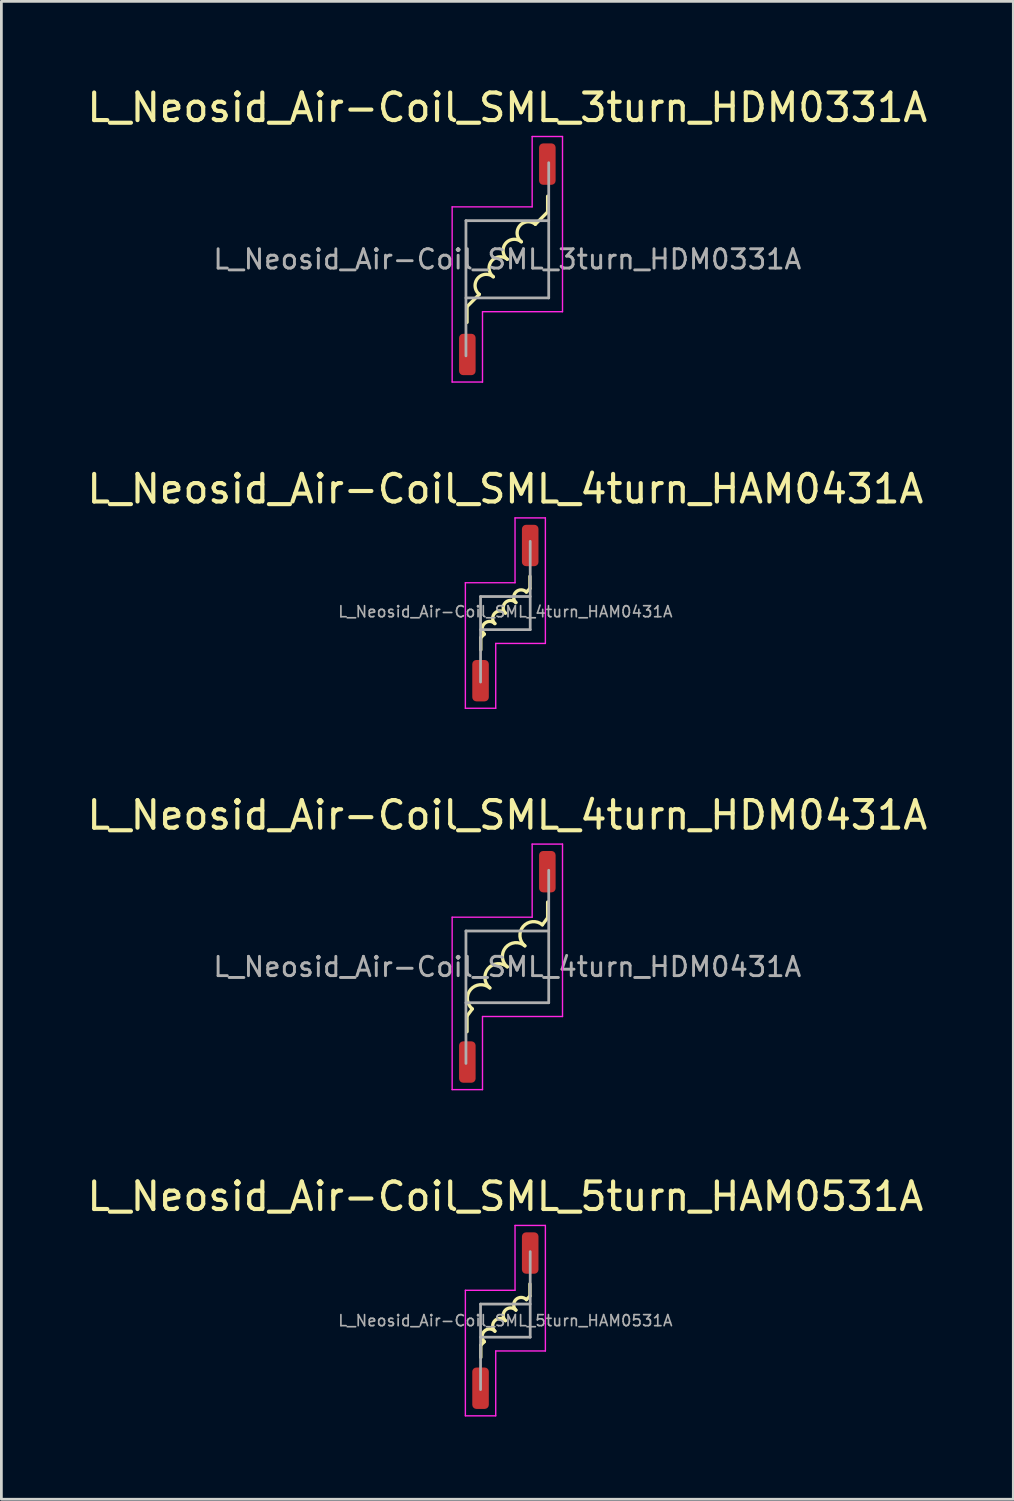
<source format=kicad_pcb>
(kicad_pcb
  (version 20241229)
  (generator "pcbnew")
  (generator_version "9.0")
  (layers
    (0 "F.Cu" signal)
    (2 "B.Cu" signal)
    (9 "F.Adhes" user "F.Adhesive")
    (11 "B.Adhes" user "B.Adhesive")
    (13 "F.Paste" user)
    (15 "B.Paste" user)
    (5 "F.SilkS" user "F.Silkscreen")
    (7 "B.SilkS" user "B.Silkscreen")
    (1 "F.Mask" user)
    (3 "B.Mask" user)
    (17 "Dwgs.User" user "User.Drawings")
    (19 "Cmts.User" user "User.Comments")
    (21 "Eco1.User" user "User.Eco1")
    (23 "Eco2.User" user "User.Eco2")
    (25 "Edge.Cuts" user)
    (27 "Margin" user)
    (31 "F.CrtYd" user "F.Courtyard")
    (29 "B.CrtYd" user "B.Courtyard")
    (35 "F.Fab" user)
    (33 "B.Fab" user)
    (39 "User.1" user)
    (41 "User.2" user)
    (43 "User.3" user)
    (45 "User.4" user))
  (footprint "L_Neosid_Air-Coil_SML_3turn_HDM0331A"
    (layer "F.Cu")
    (at 15.339 6.348)
    (property "Reference" "L_Neosid_Air-Coil_SML_3turn_HDM0331A" (at 0 -5.5 0) (layer "F.SilkS") (effects (font (size 1 1) (thickness 0.15))))
    (attr smd)
    (fp_line (start -1.46 1.714) (end -1.016 1.27) (stroke (width 0.12) (type solid)) (layer "F.SilkS"))
    (fp_line (start -1.46 2.286) (end -1.46 1.714) (stroke (width 0.12) (type solid)) (layer "F.SilkS"))
    (fp_line (start 1.016 -1.27) (end 1.46 -1.714) (stroke (width 0.12) (type solid)) (layer "F.SilkS"))
    (fp_line (start 1.46 -1.714) (end 1.46 -2.286) (stroke (width 0.12) (type solid)) (layer "F.SilkS"))
    (fp_arc (start -1.015998 1.269998) (mid -1.079498 0.6985) (end -0.508 0.635) (stroke (width 0.12) (type solid)) (layer "F.SilkS"))
    (fp_arc (start -0.507998 0.634998) (mid -0.571498 0.0635) (end 0 0) (stroke (width 0.12) (type solid)) (layer "F.SilkS"))
    (fp_arc (start 0.000002 -0.000002) (mid -0.063498 -0.5715) (end 0.508 -0.635) (stroke (width 0.12) (type solid)) (layer "F.SilkS"))
    (fp_arc (start 0.508002 -0.635002) (mid 0.444502 -1.2065) (end 1.016 -1.27) (stroke (width 0.12) (type solid)) (layer "F.SilkS"))
    (fp_line (start -2 -1.9) (end -2 4.45) (stroke (width 0.05) (type solid)) (layer "F.CrtYd"))
    (fp_line (start -2 4.45) (end -0.9 4.45) (stroke (width 0.05) (type solid)) (layer "F.CrtYd"))
    (fp_line (start -0.9 1.9) (end 2 1.9) (stroke (width 0.05) (type solid)) (layer "F.CrtYd"))
    (fp_line (start -0.9 4.45) (end -0.9 1.9) (stroke (width 0.05) (type solid)) (layer "F.CrtYd"))
    (fp_line (start 0.9 -4.45) (end 0.9 -1.9) (stroke (width 0.05) (type solid)) (layer "F.CrtYd"))
    (fp_line (start 0.9 -1.9) (end -2 -1.9) (stroke (width 0.05) (type solid)) (layer "F.CrtYd"))
    (fp_line (start 2 -4.45) (end 0.9 -4.45) (stroke (width 0.05) (type solid)) (layer "F.CrtYd"))
    (fp_line (start 2 1.9) (end 2 -4.45) (stroke (width 0.05) (type solid)) (layer "F.CrtYd"))
    (fp_line (start -1.5 -1.4) (end 1.5 -1.4) (stroke (width 0.1) (type solid)) (layer "F.Fab"))
    (fp_line (start -1.5 3.5) (end -1.5 -1.4) (stroke (width 0.1) (type solid)) (layer "F.Fab"))
    (fp_line (start 1.5 1.4) (end -1.5 1.4) (stroke (width 0.1) (type solid)) (layer "F.Fab"))
    (fp_line (start 1.5 1.4) (end 1.5 -3.5) (stroke (width 0.1) (type solid)) (layer "F.Fab"))
    (fp_text user "${REFERENCE}" (at 0 0 0) (layer "F.Fab") (effects (font (size 0.7 0.7) (thickness 0.105))))
    (pad "1" smd roundrect (at -1.45 3.45) (size 0.6 1.5) (layers "F.Cu" "F.Mask" "F.Paste") (roundrect_rratio 0.25))
    (pad "2" smd roundrect (at 1.45 -3.45) (size 0.6 1.5) (layers "F.Cu" "F.Mask" "F.Paste") (roundrect_rratio 0.25)))
  (footprint "L_Neosid_Air-Coil_SML_4turn_HAM0431A"
    (layer "F.Cu")
    (at 15.268 19.172)
    (property "Reference" "L_Neosid_Air-Coil_SML_4turn_HAM0431A" (at 0 -4.5 0) (layer "F.SilkS") (effects (font (size 1 1) (thickness 0.15))))
    (attr smd)
    (fp_line (start -0.889 0.889) (end -0.762 0.762) (stroke (width 0.12) (type solid)) (layer "F.SilkS"))
    (fp_line (start -0.889 1.333) (end -0.889 0.889) (stroke (width 0.12) (type solid)) (layer "F.SilkS"))
    (fp_line (start 0.762 -0.762) (end 0.889 -0.889) (stroke (width 0.12) (type solid)) (layer "F.SilkS"))
    (fp_line (start 0.889 -0.889) (end 0.889 -1.333) (stroke (width 0.12) (type solid)) (layer "F.SilkS"))
    (fp_arc (start -0.761996 0.761996) (mid -0.761996 0.380998) (end -0.380998 0.380998) (stroke (width 0.12) (type solid)) (layer "F.SilkS"))
    (fp_arc (start -0.380998 0.380998) (mid -0.380998 0) (end 0 0) (stroke (width 0.12) (type solid)) (layer "F.SilkS"))
    (fp_arc (start 0.000002 -0.000002) (mid 0.000002 -0.381) (end 0.381 -0.381) (stroke (width 0.12) (type solid)) (layer "F.SilkS"))
    (fp_arc (start 0.381002 -0.381002) (mid 0.381002 -0.762) (end 0.762 -0.762) (stroke (width 0.12) (type solid)) (layer "F.SilkS"))
    (fp_line (start -1.45 -1.1) (end -1.45 3.45) (stroke (width 0.05) (type solid)) (layer "F.CrtYd"))
    (fp_line (start -1.45 3.45) (end -0.35 3.45) (stroke (width 0.05) (type solid)) (layer "F.CrtYd"))
    (fp_line (start -0.35 1.1) (end 1.45 1.1) (stroke (width 0.05) (type solid)) (layer "F.CrtYd"))
    (fp_line (start -0.35 3.45) (end -0.35 1.1) (stroke (width 0.05) (type solid)) (layer "F.CrtYd"))
    (fp_line (start 0.35 -3.45) (end 0.35 -1.1) (stroke (width 0.05) (type solid)) (layer "F.CrtYd"))
    (fp_line (start 0.35 -1.1) (end -1.45 -1.1) (stroke (width 0.05) (type solid)) (layer "F.CrtYd"))
    (fp_line (start 1.45 -3.45) (end 0.35 -3.45) (stroke (width 0.05) (type solid)) (layer "F.CrtYd"))
    (fp_line (start 1.45 1.1) (end 1.45 -3.45) (stroke (width 0.05) (type solid)) (layer "F.CrtYd"))
    (fp_line (start -0.9 -0.6) (end 0.9 -0.6) (stroke (width 0.1) (type solid)) (layer "F.Fab"))
    (fp_line (start -0.9 2.5) (end -0.9 -0.6) (stroke (width 0.1) (type solid)) (layer "F.Fab"))
    (fp_line (start 0.9 0.6) (end -0.9 0.6) (stroke (width 0.1) (type solid)) (layer "F.Fab"))
    (fp_line (start 0.9 0.6) (end 0.9 -2.6) (stroke (width 0.1) (type solid)) (layer "F.Fab"))
    (fp_text user "${REFERENCE}" (at 0 -0.05 0) (layer "F.Fab") (effects (font (size 0.4 0.4) (thickness 0.06))))
    (pad "1" smd roundrect (at -0.9 2.45) (size 0.6 1.5) (layers "F.Cu" "F.Mask" "F.Paste") (roundrect_rratio 0.25))
    (pad "2" smd roundrect (at 0.9 -2.45) (size 0.6 1.5) (layers "F.Cu" "F.Mask" "F.Paste") (roundrect_rratio 0.25)))
  (footprint "L_Neosid_Air-Coil_SML_5turn_HAM0531A"
    (layer "F.Cu")
    (at 15.268 44.818)
    (property "Reference" "L_Neosid_Air-Coil_SML_5turn_HAM0531A" (at 0 -4.5 0) (layer "F.SilkS") (effects (font (size 1 1) (thickness 0.15))))
    (attr smd)
    (fp_line (start -0.889 0.889) (end -0.762 0.762) (stroke (width 0.12) (type solid)) (layer "F.SilkS"))
    (fp_line (start -0.889 1.333) (end -0.889 0.889) (stroke (width 0.12) (type solid)) (layer "F.SilkS"))
    (fp_line (start 0.762 -0.762) (end 0.889 -0.889) (stroke (width 0.12) (type solid)) (layer "F.SilkS"))
    (fp_line (start 0.889 -0.889) (end 0.889 -1.333) (stroke (width 0.12) (type solid)) (layer "F.SilkS"))
    (fp_arc (start -0.761996 0.761996) (mid -0.761996 0.380998) (end -0.380998 0.380998) (stroke (width 0.12) (type solid)) (layer "F.SilkS"))
    (fp_arc (start -0.380998 0.380998) (mid -0.380998 0) (end 0 0) (stroke (width 0.12) (type solid)) (layer "F.SilkS"))
    (fp_arc (start 0.000002 -0.000002) (mid 0.000002 -0.381) (end 0.381 -0.381) (stroke (width 0.12) (type solid)) (layer "F.SilkS"))
    (fp_arc (start 0.381002 -0.381002) (mid 0.381002 -0.762) (end 0.762 -0.762) (stroke (width 0.12) (type solid)) (layer "F.SilkS"))
    (fp_line (start -1.45 -1.1) (end -1.45 3.45) (stroke (width 0.05) (type solid)) (layer "F.CrtYd"))
    (fp_line (start -1.45 3.45) (end -0.35 3.45) (stroke (width 0.05) (type solid)) (layer "F.CrtYd"))
    (fp_line (start -0.35 1.1) (end 1.45 1.1) (stroke (width 0.05) (type solid)) (layer "F.CrtYd"))
    (fp_line (start -0.35 3.45) (end -0.35 1.1) (stroke (width 0.05) (type solid)) (layer "F.CrtYd"))
    (fp_line (start 0.35 -3.45) (end 0.35 -1.1) (stroke (width 0.05) (type solid)) (layer "F.CrtYd"))
    (fp_line (start 0.35 -1.1) (end -1.45 -1.1) (stroke (width 0.05) (type solid)) (layer "F.CrtYd"))
    (fp_line (start 1.45 -3.45) (end 0.35 -3.45) (stroke (width 0.05) (type solid)) (layer "F.CrtYd"))
    (fp_line (start 1.45 1.1) (end 1.45 -3.45) (stroke (width 0.05) (type solid)) (layer "F.CrtYd"))
    (fp_line (start -0.9 -0.6) (end 0.9 -0.6) (stroke (width 0.1) (type solid)) (layer "F.Fab"))
    (fp_line (start -0.9 2.5) (end -0.9 -0.6) (stroke (width 0.1) (type solid)) (layer "F.Fab"))
    (fp_line (start 0.9 -2.5) (end 0.9 0.6) (stroke (width 0.1) (type solid)) (layer "F.Fab"))
    (fp_line (start 0.9 0.6) (end -0.9 0.6) (stroke (width 0.1) (type solid)) (layer "F.Fab"))
    (fp_text user "${REFERENCE}" (at 0 0 0) (layer "F.Fab") (effects (font (size 0.4 0.4) (thickness 0.06))))
    (pad "1" smd roundrect (at -0.9 2.45) (size 0.6 1.5) (layers "F.Cu" "F.Mask" "F.Paste") (roundrect_rratio 0.25))
    (pad "2" smd roundrect (at 0.9 -2.45) (size 0.6 1.5) (layers "F.Cu" "F.Mask" "F.Paste") (roundrect_rratio 0.25)))
  (footprint "L_Neosid_Air-Coil_SML_4turn_HDM0431A"
    (layer "F.Cu")
    (at 15.339 31.995)
    (property "Reference" "L_Neosid_Air-Coil_SML_4turn_HDM0431A" (at 0 -5.5 0) (layer "F.SilkS") (effects (font (size 1 1) (thickness 0.15))))
    (attr smd)
    (fp_line (start -1.46 1.778) (end -1.46 2.349) (stroke (width 0.12) (type solid)) (layer "F.SilkS"))
    (fp_line (start -1.27 1.524) (end -1.46 1.778) (stroke (width 0.12) (type solid)) (layer "F.SilkS"))
    (fp_line (start 1.46 -1.778) (end 1.27 -1.524) (stroke (width 0.12) (type solid)) (layer "F.SilkS"))
    (fp_line (start 1.46 -1.778) (end 1.46 -2.349) (stroke (width 0.12) (type solid)) (layer "F.SilkS"))
    (fp_arc (start -1.269998 1.523998) (mid -1.333498 0.8255) (end -0.635 0.762) (stroke (width 0.12) (type solid)) (layer "F.SilkS"))
    (fp_arc (start -0.634998 0.761998) (mid -0.698498 0.0635) (end 0 0) (stroke (width 0.12) (type solid)) (layer "F.SilkS"))
    (fp_arc (start 0.000002 -0.000002) (mid -0.063498 -0.6985) (end 0.635 -0.762) (stroke (width 0.12) (type solid)) (layer "F.SilkS"))
    (fp_arc (start 0.635002 -0.762002) (mid 0.571502 -1.4605) (end 1.27 -1.524) (stroke (width 0.12) (type solid)) (layer "F.SilkS"))
    (fp_line (start -2 -1.8) (end -2 4.45) (stroke (width 0.05) (type solid)) (layer "F.CrtYd"))
    (fp_line (start -2 4.45) (end -0.9 4.45) (stroke (width 0.05) (type solid)) (layer "F.CrtYd"))
    (fp_line (start -0.9 1.8) (end 2 1.8) (stroke (width 0.05) (type solid)) (layer "F.CrtYd"))
    (fp_line (start -0.9 4.45) (end -0.9 1.8) (stroke (width 0.05) (type solid)) (layer "F.CrtYd"))
    (fp_line (start 0.9 -4.45) (end 0.9 -1.8) (stroke (width 0.05) (type solid)) (layer "F.CrtYd"))
    (fp_line (start 0.9 -1.8) (end -2 -1.8) (stroke (width 0.05) (type solid)) (layer "F.CrtYd"))
    (fp_line (start 2 -4.45) (end 0.9 -4.45) (stroke (width 0.05) (type solid)) (layer "F.CrtYd"))
    (fp_line (start 2 1.8) (end 2 -4.45) (stroke (width 0.05) (type solid)) (layer "F.CrtYd"))
    (fp_line (start -1.5 -1.3) (end 1.5 -1.3) (stroke (width 0.1) (type solid)) (layer "F.Fab"))
    (fp_line (start -1.5 3.5) (end -1.5 -1.3) (stroke (width 0.1) (type solid)) (layer "F.Fab"))
    (fp_line (start 1.5 1.3) (end -1.5 1.3) (stroke (width 0.1) (type solid)) (layer "F.Fab"))
    (fp_line (start 1.5 1.3) (end 1.5 -3.5) (stroke (width 0.1) (type solid)) (layer "F.Fab"))
    (fp_text user "${REFERENCE}" (at 0 0 0) (layer "F.Fab") (effects (font (size 0.7 0.7) (thickness 0.105))))
    (pad "1" smd roundrect (at -1.45 3.45) (size 0.6 1.5) (layers "F.Cu" "F.Mask" "F.Paste") (roundrect_rratio 0.25))
    (pad "2" smd roundrect (at 1.45 -3.45) (size 0.6 1.5) (layers "F.Cu" "F.Mask" "F.Paste") (roundrect_rratio 0.25)))
  (gr_rect
    (start -3 -3)
    (end 33.679 51.293)
    (stroke (width 0.1) (type default))
    (fill no)
    (layer "Edge.Cuts")))
</source>
